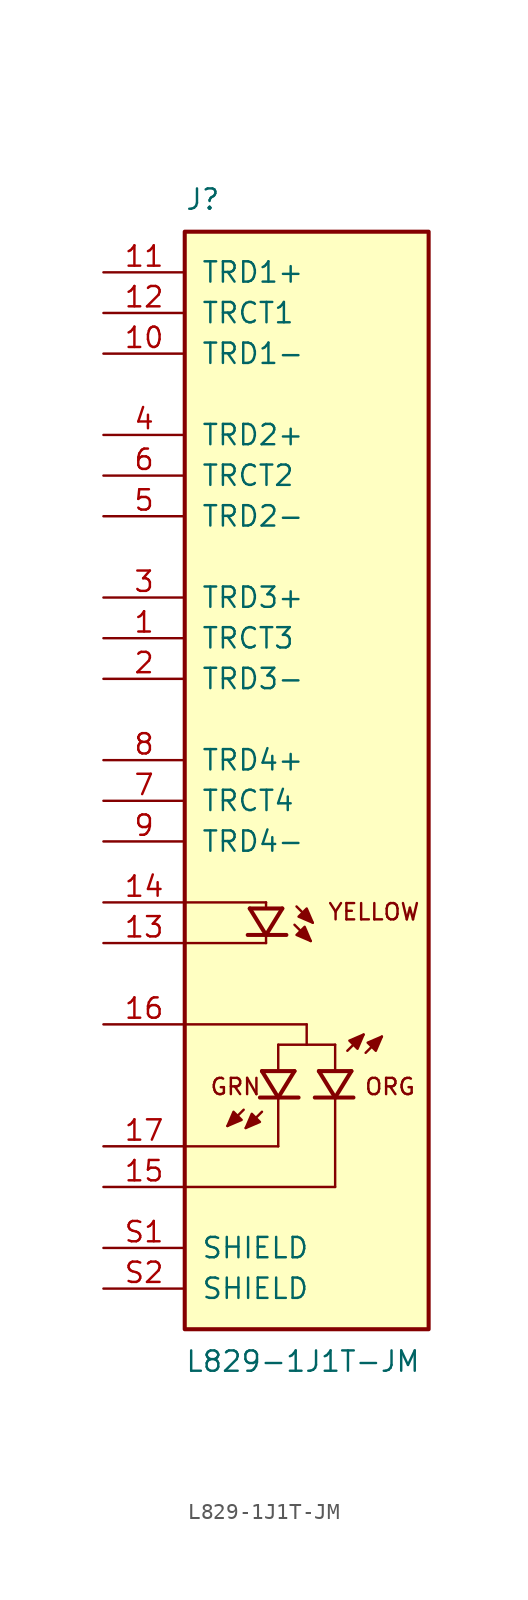
<source format=kicad_sym>
(kicad_symbol_lib
  (version 20231120)
  (generator "kicad_symbol_editor")
  (generator_version "8.99")
  (symbol "L829-1J1T-JM"
    (pin_names
      (offset 1.016))
    (property "Reference" "J"
      (at -7.62 34.29 0)
      (effects (font (size 1.27 1.27)) (justify left bottom)))
    (property "Value" "L829-1J1T-JM"
      (at -7.62 -36.83 0)
      (effects (font (size 1.27 1.27)) (justify left top)))
    (symbol "L829-1J1T-JM_0_0"
      (rectangle (start -7.62 33.02) (end 7.62 -35.56) (stroke (width 0.254) (type default)) (fill (type background)))
      (polyline (pts (xy -7.62 -8.89) (xy -2.54 -8.89)) (stroke (width 0.152) (type default)) (fill (type none)))
      (polyline (pts (xy -4.953 -22.86) (xy -4.064 -22.479) (xy -4.572 -21.971) (xy -4.953 -22.86)) (stroke (width 0.152) (type default)) (fill (type outline)))
      (polyline (pts (xy -3.937 -21.844) (xy -4.953 -22.86)) (stroke (width 0.152) (type default)) (fill (type none)))
      (polyline (pts (xy -3.81 -22.987) (xy -2.921 -22.606) (xy -3.429 -22.098) (xy -3.81 -22.987)) (stroke (width 0.152) (type default)) (fill (type outline)))
      (polyline (pts (xy -3.683 -10.922) (xy -2.54 -10.922)) (stroke (width 0.254) (type default)) (fill (type none)))
      (polyline (pts (xy -3.556 -9.271) (xy -2.54 -10.922)) (stroke (width 0.254) (type default)) (fill (type none)))
      (polyline (pts (xy -3.556 -9.271) (xy -1.524 -9.271)) (stroke (width 0.254) (type default)) (fill (type none)))
      (polyline (pts (xy -2.921 -21.082) (xy -1.778 -21.082)) (stroke (width 0.254) (type default)) (fill (type none)))
      (polyline (pts (xy -2.794 -19.431) (xy -1.778 -21.082)) (stroke (width 0.254) (type default)) (fill (type none)))
      (polyline (pts (xy -2.794 -19.431) (xy -0.762 -19.431)) (stroke (width 0.254) (type default)) (fill (type none)))
      (polyline (pts (xy -2.794 -21.971) (xy -3.81 -22.987)) (stroke (width 0.152) (type default)) (fill (type none)))
      (polyline (pts (xy -2.54 -8.89) (xy -2.54 -9.144)) (stroke (width 0.152) (type default)) (fill (type none)))
      (polyline (pts (xy -2.54 -10.922) (xy -1.524 -9.271)) (stroke (width 0.254) (type default)) (fill (type none)))
      (polyline (pts (xy -2.54 -10.922) (xy -1.27 -10.922)) (stroke (width 0.254) (type default)) (fill (type none)))
      (polyline (pts (xy -2.54 -11.049) (xy -2.54 -11.43)) (stroke (width 0.152) (type default)) (fill (type none)))
      (polyline (pts (xy -2.54 -11.43) (xy -7.62 -11.43)) (stroke (width 0.152) (type default)) (fill (type none)))
      (polyline (pts (xy -1.778 -17.78) (xy 0 -17.78)) (stroke (width 0.152) (type default)) (fill (type none)))
      (polyline (pts (xy -1.778 -17.78) (xy -1.778 -19.304)) (stroke (width 0.152) (type default)) (fill (type none)))
      (polyline (pts (xy -1.778 -21.082) (xy -0.508 -21.082)) (stroke (width 0.254) (type default)) (fill (type none)))
      (polyline (pts (xy -1.778 -21.082) (xy -0.762 -19.431)) (stroke (width 0.254) (type default)) (fill (type none)))
      (polyline (pts (xy -1.778 -21.209) (xy -1.778 -24.13)) (stroke (width 0.152) (type default)) (fill (type none)))
      (polyline (pts (xy -1.778 -24.13) (xy -7.62 -24.13)) (stroke (width 0.152) (type default)) (fill (type none)))
      (polyline (pts (xy -0.762 -10.287) (xy 0.254 -11.303)) (stroke (width 0.152) (type default)) (fill (type none)))
      (polyline (pts (xy -0.635 -9.144) (xy 0.381 -10.16)) (stroke (width 0.152) (type default)) (fill (type none)))
      (polyline (pts (xy 0 -16.51) (xy -7.62 -16.51)) (stroke (width 0.152) (type default)) (fill (type none)))
      (polyline (pts (xy 0 -17.78) (xy 0 -16.51)) (stroke (width 0.152) (type default)) (fill (type none)))
      (polyline (pts (xy 0 -17.78) (xy 1.778 -17.78)) (stroke (width 0.152) (type default)) (fill (type none)))
      (polyline (pts (xy 0.254 -11.303) (xy -0.127 -10.414) (xy -0.635 -10.922) (xy 0.254 -11.303)) (stroke (width 0.152) (type default)) (fill (type outline)))
      (polyline (pts (xy 0.381 -10.16) (xy 0 -9.271) (xy -0.508 -9.779) (xy 0.381 -10.16)) (stroke (width 0.152) (type default)) (fill (type outline)))
      (polyline (pts (xy 1.778 -17.78) (xy 1.778 -19.304)) (stroke (width 0.152) (type default)) (fill (type none)))
      (polyline (pts (xy 1.778 -21.082) (xy 0.762 -19.431)) (stroke (width 0.254) (type default)) (fill (type none)))
      (polyline (pts (xy 1.778 -21.082) (xy 0.508 -21.082)) (stroke (width 0.254) (type default)) (fill (type none)))
      (polyline (pts (xy 1.778 -21.209) (xy 1.778 -26.67)) (stroke (width 0.152) (type default)) (fill (type none)))
      (polyline (pts (xy 1.778 -26.67) (xy -7.62 -26.67)) (stroke (width 0.152) (type default)) (fill (type none)))
      (polyline (pts (xy 2.54 -18.161) (xy 3.556 -17.145)) (stroke (width 0.152) (type default)) (fill (type none)))
      (polyline (pts (xy 2.794 -19.431) (xy 1.778 -21.082)) (stroke (width 0.254) (type default)) (fill (type none)))
      (polyline (pts (xy 2.794 -19.431) (xy 0.762 -19.431)) (stroke (width 0.254) (type default)) (fill (type none)))
      (polyline (pts (xy 2.921 -21.082) (xy 1.778 -21.082)) (stroke (width 0.254) (type default)) (fill (type none)))
      (polyline (pts (xy 3.556 -17.145) (xy 2.667 -17.526) (xy 3.175 -18.034) (xy 3.556 -17.145)) (stroke (width 0.152) (type default)) (fill (type outline)))
      (polyline (pts (xy 3.683 -18.288) (xy 4.699 -17.272)) (stroke (width 0.152) (type default)) (fill (type none)))
      (polyline (pts (xy 4.699 -17.272) (xy 3.81 -17.653) (xy 4.318 -18.161) (xy 4.699 -17.272)) (stroke (width 0.152) (type default)) (fill (type outline)))
      (text "GRN" (at -6.096 -19.812 0) (effects (font (size 1.016 1.016)) (justify left top)))
      (text "YELLOW" (at 1.27 -8.89 0) (effects (font (size 1.016 1.016)) (justify left top)))
      (text "ORG" (at 3.556 -19.812 0) (effects (font (size 1.016 1.016)) (justify left top)))
      (pin passive line (at -12.7 7.62 0) (length 5.08) (name "TRCT3" (effects (font (size 1.27 1.27)))) (number "1" (effects (font (size 1.27 1.27)))))
      (pin passive line (at -12.7 25.4 0) (length 5.08) (name "TRD1-" (effects (font (size 1.27 1.27)))) (number "10" (effects (font (size 1.27 1.27)))))
      (pin passive line (at -12.7 30.48 0) (length 5.08) (name "TRD1+" (effects (font (size 1.27 1.27)))) (number "11" (effects (font (size 1.27 1.27)))))
      (pin passive line (at -12.7 27.94 0) (length 5.08) (name "TRCT1" (effects (font (size 1.27 1.27)))) (number "12" (effects (font (size 1.27 1.27)))))
      (pin passive line (at -12.7 -11.43 0) (length 5.08) (name "~" (effects (font (size 1.27 1.27)))) (number "13" (effects (font (size 1.27 1.27)))))
      (pin passive line (at -12.7 -8.89 0) (length 5.08) (name "~" (effects (font (size 1.27 1.27)))) (number "14" (effects (font (size 1.27 1.27)))))
      (pin passive line (at -12.7 -26.67 0) (length 5.08) (name "~" (effects (font (size 1.27 1.27)))) (number "15" (effects (font (size 1.27 1.27)))))
      (pin passive line (at -12.7 -16.51 0) (length 5.08) (name "~" (effects (font (size 1.27 1.27)))) (number "16" (effects (font (size 1.27 1.27)))))
      (pin passive line (at -12.7 -24.13 0) (length 5.08) (name "~" (effects (font (size 1.27 1.27)))) (number "17" (effects (font (size 1.27 1.27)))))
      (pin passive line (at -12.7 5.08 0) (length 5.08) (name "TRD3-" (effects (font (size 1.27 1.27)))) (number "2" (effects (font (size 1.27 1.27)))))
      (pin passive line (at -12.7 10.16 0) (length 5.08) (name "TRD3+" (effects (font (size 1.27 1.27)))) (number "3" (effects (font (size 1.27 1.27)))))
      (pin passive line (at -12.7 20.32 0) (length 5.08) (name "TRD2+" (effects (font (size 1.27 1.27)))) (number "4" (effects (font (size 1.27 1.27)))))
      (pin passive line (at -12.7 15.24 0) (length 5.08) (name "TRD2-" (effects (font (size 1.27 1.27)))) (number "5" (effects (font (size 1.27 1.27)))))
      (pin passive line (at -12.7 17.78 0) (length 5.08) (name "TRCT2" (effects (font (size 1.27 1.27)))) (number "6" (effects (font (size 1.27 1.27)))))
      (pin passive line (at -12.7 -2.54 0) (length 5.08) (name "TRCT4" (effects (font (size 1.27 1.27)))) (number "7" (effects (font (size 1.27 1.27)))))
      (pin passive line (at -12.7 0 0) (length 5.08) (name "TRD4+" (effects (font (size 1.27 1.27)))) (number "8" (effects (font (size 1.27 1.27)))))
      (pin passive line (at -12.7 -5.08 0) (length 5.08) (name "TRD4-" (effects (font (size 1.27 1.27)))) (number "9" (effects (font (size 1.27 1.27)))))
      (pin passive line (at -12.7 -30.48 0) (length 5.08) (name "SHIELD" (effects (font (size 1.27 1.27)))) (number "S1" (effects (font (size 1.27 1.27)))))
      (pin passive line (at -12.7 -33.02 0) (length 5.08) (name "SHIELD" (effects (font (size 1.27 1.27)))) (number "S2" (effects (font (size 1.27 1.27))))))))
</source>
